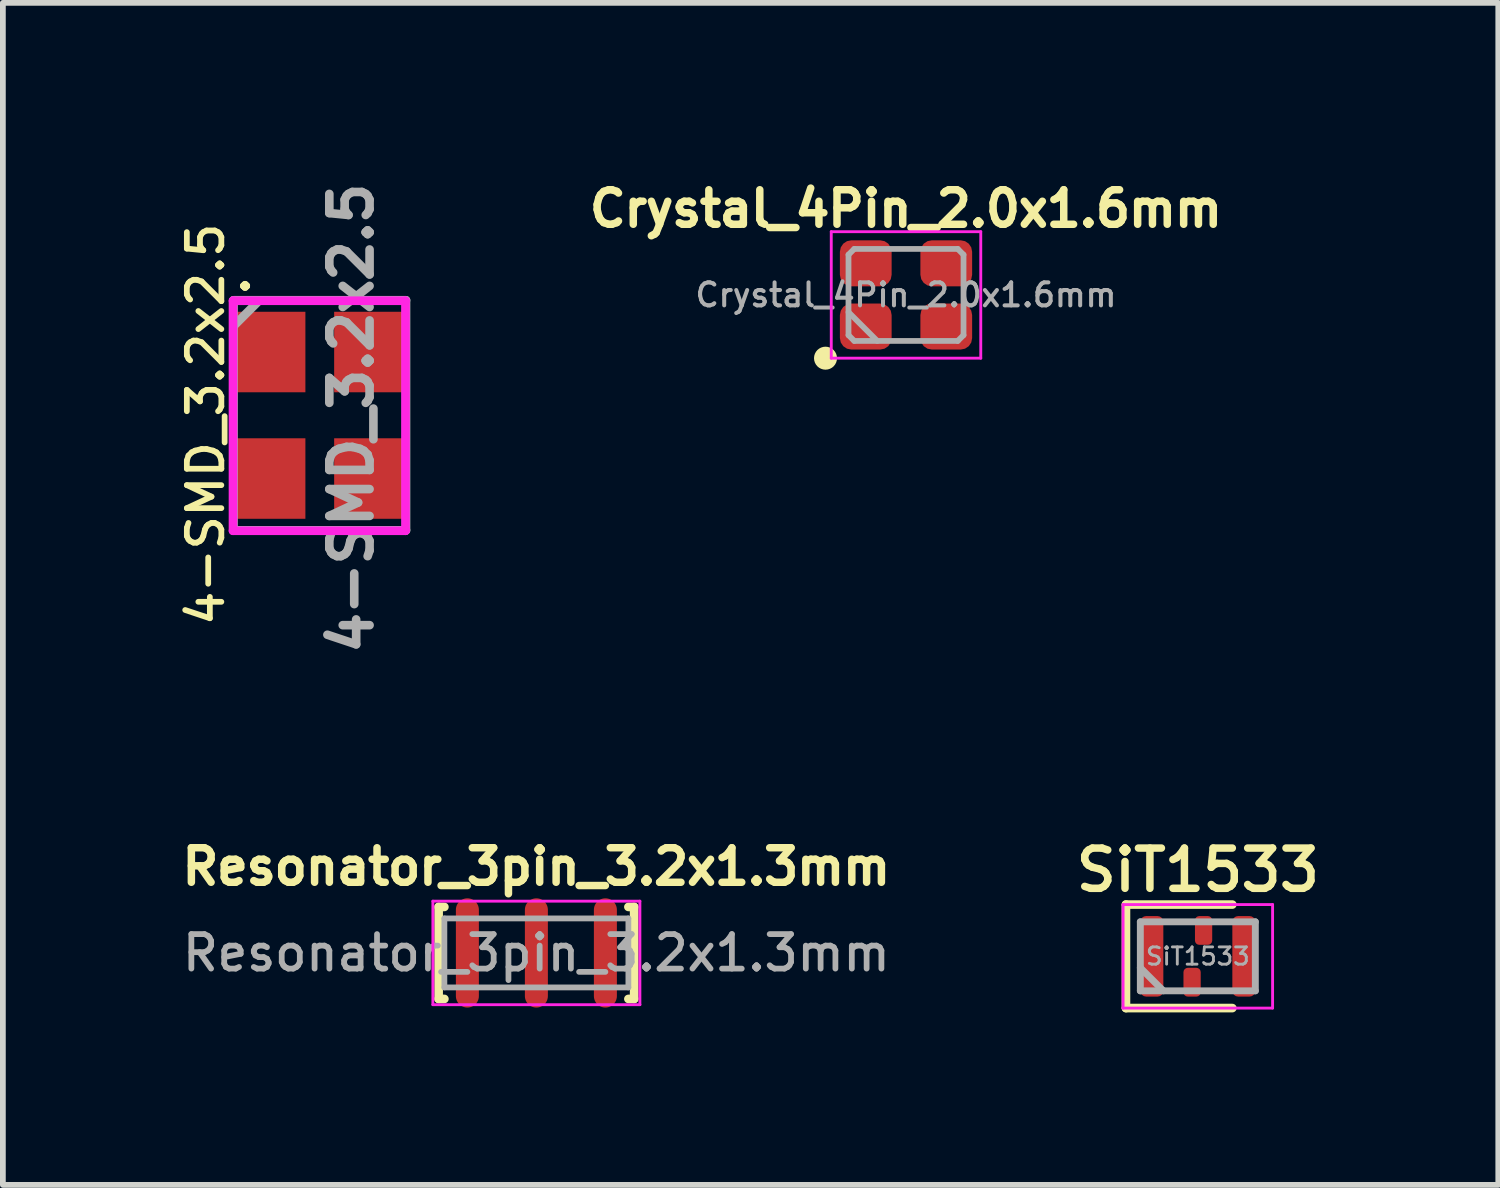
<source format=kicad_pcb>
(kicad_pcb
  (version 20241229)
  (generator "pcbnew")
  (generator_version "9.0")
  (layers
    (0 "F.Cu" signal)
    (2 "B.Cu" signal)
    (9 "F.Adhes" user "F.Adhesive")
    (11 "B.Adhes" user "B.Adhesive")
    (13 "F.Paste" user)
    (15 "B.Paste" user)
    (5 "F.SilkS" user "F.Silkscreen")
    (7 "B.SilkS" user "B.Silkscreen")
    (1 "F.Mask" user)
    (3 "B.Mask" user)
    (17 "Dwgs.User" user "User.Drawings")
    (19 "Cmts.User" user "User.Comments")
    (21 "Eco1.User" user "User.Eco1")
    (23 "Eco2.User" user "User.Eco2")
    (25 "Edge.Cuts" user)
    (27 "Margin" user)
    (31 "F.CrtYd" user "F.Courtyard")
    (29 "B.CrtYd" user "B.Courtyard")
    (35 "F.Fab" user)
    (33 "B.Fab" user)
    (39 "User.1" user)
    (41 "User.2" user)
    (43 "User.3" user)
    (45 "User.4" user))
  (footprint "4-SMD_3.2x2.5"
    (layer "F.Cu")
    (at 2.502 4.18)
    (property "Reference" "4-SMD_3.2x2.5" (at -1.975 0.15 270) (layer "F.SilkS") (effects (font (size 0.6 0.6) (thickness 0.1))))
    (attr smd)
    (fp_line (start -1.5 -2) (end -1.5 2) (stroke (width 0.15) (type solid)) (layer "F.CrtYd"))
    (fp_line (start 1.5 -2) (end -1.5 -2) (stroke (width 0.15) (type solid)) (layer "F.CrtYd"))
    (fp_line (start 1.5 2) (end -1.5 2) (stroke (width 0.15) (type solid)) (layer "F.CrtYd"))
    (fp_line (start 1.5 2) (end 1.5 -2) (stroke (width 0.15) (type solid)) (layer "F.CrtYd"))
    (fp_line (start -1.491 -2.008) (end -1.491 1.992) (stroke (width 0.15) (type solid)) (layer "F.Fab"))
    (fp_line (start -1.041 -2.008) (end -1.491 -1.558) (stroke (width 0.15) (type solid)) (layer "F.Fab"))
    (fp_line (start 1.509 -2.008) (end -1.491 -2.008) (stroke (width 0.15) (type solid)) (layer "F.Fab"))
    (fp_line (start 1.509 1.992) (end -1.491 1.992) (stroke (width 0.15) (type solid)) (layer "F.Fab"))
    (fp_line (start 1.509 1.992) (end 1.509 -2.008) (stroke (width 0.15) (type solid)) (layer "F.Fab"))
    (fp_text user "." (at -1.491 -2.258 270) (layer "F.SilkS") (effects (font (size 0.5 0.5) (thickness 0.125))))
    (fp_text user "${REFERENCE}" (at 0.559 0.042 270) (layer "F.Fab") (effects (font (size 0.7 0.7) (thickness 0.15))))
    (pad "1" smd rect (at -0.841 -1.108 270) (size 1.4 1.2) (layers "F.Cu" "F.Mask" "F.Paste"))
    (pad "2" smd rect (at -0.841 1.092 270) (size 1.4 1.2) (layers "F.Cu" "F.Mask" "F.Paste"))
    (pad "3" smd rect (at 0.859 1.092 270) (size 1.4 1.2) (layers "F.Cu" "F.Mask" "F.Paste"))
    (pad "4" smd rect (at 0.859 -1.108 270) (size 1.4 1.2) (layers "F.Cu" "F.Mask" "F.Paste")))
  (footprint "SiT1533"
    (layer "F.Cu")
    (at 17.781 13.581)
    (property "Reference" "SiT1533" (at 0 -1.5 0) (layer "F.SilkS") (effects (font (size 0.7 0.7) (thickness 0.13))))
    (property "Value" "${VALUE}" (at 0 1 0) (layer "F.Fab") (hide yes) (effects (font (size 0.3 0.3) (thickness 0.05))))
    (attr smd)
    (fp_line (start -1.25 -0.9) (end -1.25 0.9) (stroke (width 0.15) (type solid)) (layer "F.SilkS"))
    (fp_line (start -1.25 -0.9) (end 0.6 -0.9) (stroke (width 0.15) (type solid)) (layer "F.SilkS"))
    (fp_line (start -1.25 0.9) (end 0.6 0.9) (stroke (width 0.15) (type solid)) (layer "F.SilkS"))
    (fp_line (start -1.3 -0.9) (end 1.3 -0.9) (stroke (width 0.05) (type solid)) (layer "F.CrtYd"))
    (fp_line (start -1.3 0.9) (end -1.3 -0.9) (stroke (width 0.05) (type solid)) (layer "F.CrtYd"))
    (fp_line (start 1.3 -0.9) (end 1.3 0.9) (stroke (width 0.05) (type solid)) (layer "F.CrtYd"))
    (fp_line (start 1.3 0.9) (end -1.3 0.9) (stroke (width 0.05) (type solid)) (layer "F.CrtYd"))
    (fp_line (start -1 -0.6) (end 1 -0.6) (stroke (width 0.12) (type solid)) (layer "F.Fab"))
    (fp_line (start -1 0.2) (end -0.6 0.6) (stroke (width 0.12) (type solid)) (layer "F.Fab"))
    (fp_line (start -1 0.6) (end -1 -0.6) (stroke (width 0.12) (type solid)) (layer "F.Fab"))
    (fp_line (start 1 -0.6) (end 1 0.6) (stroke (width 0.12) (type solid)) (layer "F.Fab"))
    (fp_line (start 1 0.6) (end -1 0.6) (stroke (width 0.12) (type solid)) (layer "F.Fab"))
    (fp_text user "${REFERENCE}" (at 0 0 0) (layer "F.Fab") (effects (font (size 0.3 0.3) (thickness 0.05))))
    (pad "1" smd roundrect (at -0.8 0 90) (size 1.4 0.4) (layers "F.Cu" "F.Mask" "F.Paste") (roundrect_rratio 0.25))
    (pad "2" smd roundrect (at -0.1 0.45 90) (size 0.5 0.3) (layers "F.Cu" "F.Mask" "F.Paste") (roundrect_rratio 0.25))
    (pad "3" smd roundrect (at 0.8 0 90) (size 1.4 0.4) (layers "F.Cu" "F.Mask" "F.Paste") (roundrect_rratio 0.25))
    (pad "4" smd roundrect (at 0.1 -0.45 90) (size 0.5 0.3) (layers "F.Cu" "F.Mask" "F.Paste") (roundrect_rratio 0.25)))
  (footprint "Resonator_3pin_3.2x1.3mm"
    (layer "F.Cu")
    (at 6.278 13.522)
    (property "Reference" "Resonator_3pin_3.2x1.3mm" (at 0 -1.5 0) (layer "F.SilkS") (effects (font (size 0.6 0.6) (thickness 0.13))))
    (attr through_hole)
    (fp_line (start -1.7 -0.8) (end -1.7 0.8) (stroke (width 0.15) (type solid)) (layer "F.SilkS"))
    (fp_line (start -1.7 0.8) (end -1.6 0.8) (stroke (width 0.15) (type solid)) (layer "F.SilkS"))
    (fp_line (start -1.6 -0.8) (end -1.7 -0.8) (stroke (width 0.15) (type solid)) (layer "F.SilkS"))
    (fp_line (start 1.6 -0.8) (end 1.7 -0.8) (stroke (width 0.15) (type solid)) (layer "F.SilkS"))
    (fp_line (start 1.7 -0.8) (end 1.7 0.8) (stroke (width 0.15) (type solid)) (layer "F.SilkS"))
    (fp_line (start 1.7 0.8) (end 1.6 0.8) (stroke (width 0.15) (type solid)) (layer "F.SilkS"))
    (fp_line (start -1.8 -0.9) (end 1.8 -0.9) (stroke (width 0.05) (type solid)) (layer "F.CrtYd"))
    (fp_line (start -1.8 0.9) (end -1.8 -0.9) (stroke (width 0.05) (type solid)) (layer "F.CrtYd"))
    (fp_line (start 1.8 -0.9) (end 1.8 0.9) (stroke (width 0.05) (type solid)) (layer "F.CrtYd"))
    (fp_line (start 1.8 0.9) (end -1.8 0.9) (stroke (width 0.05) (type solid)) (layer "F.CrtYd"))
    (fp_line (start -1.6 -0.6) (end 1.6 -0.6) (stroke (width 0.1) (type solid)) (layer "F.Fab"))
    (fp_line (start -1.6 0.6) (end -1.6 -0.6) (stroke (width 0.1) (type solid)) (layer "F.Fab"))
    (fp_line (start 1.6 -0.6) (end 1.6 0.6) (stroke (width 0.1) (type solid)) (layer "F.Fab"))
    (fp_line (start 1.6 0.6) (end -1.6 0.6) (stroke (width 0.1) (type solid)) (layer "F.Fab"))
    (fp_text user "${REFERENCE}" (at 0 0 0) (layer "F.Fab") (effects (font (size 0.6 0.6) (thickness 0.1))))
    (pad "1" smd oval (at -1.2 0) (size 0.4 1.9) (layers "F.Cu" "F.Mask" "F.Paste"))
    (pad "2" smd oval (at 0 0) (size 0.4 1.9) (layers "F.Cu" "F.Mask" "F.Paste"))
    (pad "3" smd oval (at 1.2 0) (size 0.4 1.9) (layers "F.Cu" "F.Mask" "F.Paste")))
  (footprint "Crystal_4Pin_2.0x1.6mm"
    (layer "F.Cu")
    (at 12.706 2.079)
    (property "Reference" "Crystal_4Pin_2.0x1.6mm" (at 0 -1.5 0) (layer "F.SilkS") (effects (font (size 0.6 0.6) (thickness 0.13))))
    (property "Value" "${VALUE}" (at 0 1.2 0) (layer "F.Fab") (hide yes) (effects (font (size 0.4 0.4) (thickness 0.05))))
    (attr smd)
    (fp_circle (center -1.4 1.1) (end -1.3 1.1) (stroke (width 0.2) (type solid)) (fill no) (layer "F.SilkS"))
    (fp_line (start -1.3 -1.1) (end -1.3 1.1) (stroke (width 0.05) (type solid)) (layer "F.CrtYd"))
    (fp_line (start -1.3 1.1) (end 1.3 1.1) (stroke (width 0.05) (type solid)) (layer "F.CrtYd"))
    (fp_line (start 1.3 -1.1) (end -1.3 -1.1) (stroke (width 0.05) (type solid)) (layer "F.CrtYd"))
    (fp_line (start 1.3 1.1) (end 1.3 -1.1) (stroke (width 0.05) (type solid)) (layer "F.CrtYd"))
    (fp_line (start -1 -0.7) (end -0.9 -0.8) (stroke (width 0.1) (type solid)) (layer "F.Fab"))
    (fp_line (start -1 0.3) (end -0.5 0.8) (stroke (width 0.1) (type solid)) (layer "F.Fab"))
    (fp_line (start -1 0.7) (end -1 -0.7) (stroke (width 0.1) (type solid)) (layer "F.Fab"))
    (fp_line (start -0.9 -0.8) (end 0.9 -0.8) (stroke (width 0.1) (type solid)) (layer "F.Fab"))
    (fp_line (start -0.9 0.8) (end -1 0.7) (stroke (width 0.1) (type solid)) (layer "F.Fab"))
    (fp_line (start 0.9 -0.8) (end 1 -0.7) (stroke (width 0.1) (type solid)) (layer "F.Fab"))
    (fp_line (start 0.9 0.8) (end -0.9 0.8) (stroke (width 0.1) (type solid)) (layer "F.Fab"))
    (fp_line (start 1 -0.7) (end 1 0.7) (stroke (width 0.1) (type solid)) (layer "F.Fab"))
    (fp_line (start 1 0.7) (end 0.9 0.8) (stroke (width 0.1) (type solid)) (layer "F.Fab"))
    (fp_text user "${REFERENCE}" (at 0 0 0) (layer "F.Fab") (effects (font (size 0.4 0.4) (thickness 0.07))))
    (pad "1" smd roundrect (at -0.7 0.55) (size 0.9 0.8) (layers "F.Cu" "F.Mask" "F.Paste") (roundrect_rratio 0.25))
    (pad "2" smd roundrect (at 0.7 0.55) (size 0.9 0.8) (layers "F.Cu" "F.Mask" "F.Paste") (roundrect_rratio 0.25))
    (pad "3" smd roundrect (at 0.7 -0.55) (size 0.9 0.8) (layers "F.Cu" "F.Mask" "F.Paste") (roundrect_rratio 0.25))
    (pad "4" smd roundrect (at -0.7 -0.55) (size 0.9 0.8) (layers "F.Cu" "F.Mask" "F.Paste") (roundrect_rratio 0.25)))
  (gr_rect
    (start -3 -3)
    (end 23.006 17.556)
    (stroke (width 0.1) (type default))
    (fill no)
    (layer "Edge.Cuts")))
</source>
